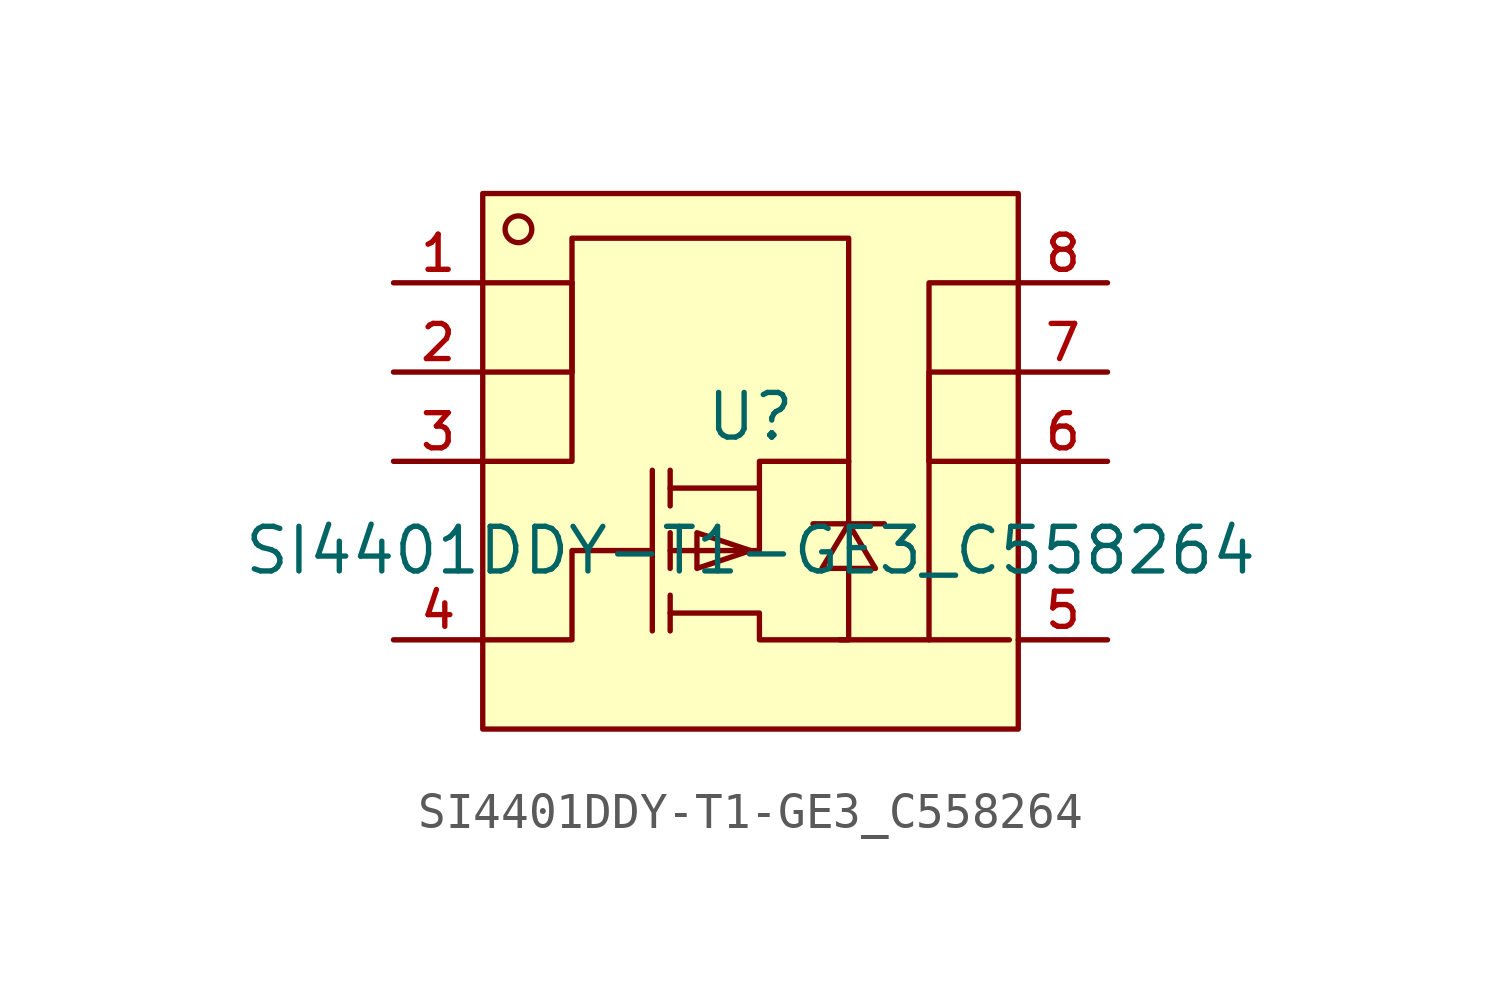
<source format=kicad_sym>
(kicad_symbol_lib
  (version 20210201)
  (generator TousstNicolas/JLC2KiCad_lib)
  (symbol "SI4401DDY-T1-GE3_C558264"
    (pin_names hide)
    (property "Reference" "U"
      (at 0 1.27 0)
      (effects (font (size 1.27 1.27))))
    (property "Value" "SI4401DDY-T1-GE3_C558264"
      (at 0 -2.54 0)
      (effects (font (size 1.27 1.27))))
    (symbol "SI4401DDY-T1-GE3_C558264_0_1"
      (polyline (pts (xy 7.62 2.54) (xy 5.08 2.54) (xy 5.08 -0.0)) (stroke (width 0) (type default) (color 0 0 0 0)) (fill (type none)))
      (polyline (pts (xy -7.62 -5.08) (xy -5.08 -5.08) (xy -5.08 -2.54) (xy -2.794 -2.54)) (stroke (width 0) (type default) (color 0 0 0 0)) (fill (type none)))
      (polyline (pts (xy -7.62 -0.0) (xy -5.08 -0.0) (xy -5.08 2.54)) (stroke (width 0) (type default) (color 0 0 0 0)) (fill (type none)))
      (polyline (pts (xy -7.62 2.54) (xy -5.08 2.54) (xy -5.08 5.08)) (stroke (width 0) (type default) (color 0 0 0 0)) (fill (type none)))
      (polyline (pts (xy -7.62 5.08) (xy -5.08 5.08) (xy -5.08 6.35) (xy 2.794 6.35) (xy 2.794 -0.0)) (stroke (width 0) (type default) (color 0 0 0 0)) (fill (type none)))
      (polyline (pts (xy 5.08 -0.0) (xy 5.08 5.08) (xy 7.62 5.08)) (stroke (width 0) (type default) (color 0 0 0 0)) (fill (type none)))
      (polyline (pts (xy 5.08 -5.08) (xy 5.08 -0.0) (xy 7.62 -0.0)) (stroke (width 0) (type default) (color 0 0 0 0)) (fill (type none)))
      (polyline (pts (xy 2.54 -5.08) (xy 7.366 -5.08)) (stroke (width 0) (type default) (color 0 0 0 0)) (fill (type none)))
      (rectangle (start -7.62 7.62) (end 7.62 -7.62) (stroke (width 0) (type default) (color 0 0 0 0)) (fill (type background)))
      (pin unspecified line (at -10.16 5.08 0) (length 2.54) (name "1" (effects (font (size 1 1)))) (number "1" (effects (font (size 1 1)))))
      (pin unspecified line (at -10.16 2.54 0) (length 2.54) (name "2" (effects (font (size 1 1)))) (number "2" (effects (font (size 1 1)))))
      (pin unspecified line (at -10.16 -0.0 0) (length 2.54) (name "3" (effects (font (size 1 1)))) (number "3" (effects (font (size 1 1)))))
      (pin unspecified line (at -10.16 -5.08 0) (length 2.54) (name "4" (effects (font (size 1 1)))) (number "4" (effects (font (size 1 1)))))
      (pin unspecified line (at 10.16 -5.08 180) (length 2.54) (name "5" (effects (font (size 1 1)))) (number "5" (effects (font (size 1 1)))))
      (pin unspecified line (at 10.16 -0.0 180) (length 2.54) (name "6" (effects (font (size 1 1)))) (number "6" (effects (font (size 1 1)))))
      (pin unspecified line (at 10.16 2.54 180) (length 2.54) (name "7" (effects (font (size 1 1)))) (number "7" (effects (font (size 1 1)))))
      (pin unspecified line (at 10.16 5.08 180) (length 2.54) (name "8" (effects (font (size 1 1)))) (number "8" (effects (font (size 1 1)))))
      (circle (center -6.604 6.604) (radius 0.381) (stroke (width 0) (type default) (color 0 0 0 0)) (fill (type background)))
      (polyline (pts (xy 0.0 -2.54) (xy -1.524 -2.032) (xy -1.524 -3.048) (xy 0.0 -2.54)) (stroke (width 0) (type default) (color 0 0 0 0)) (fill (type background)))
      (polyline (pts (xy 2.794 -1.778) (xy 2.032 -3.048) (xy 3.556 -3.048) (xy 2.794 -1.778)) (stroke (width 0) (type default) (color 0 0 0 0)) (fill (type background)))
      (polyline (pts (xy -2.286 -4.318) (xy 0.254 -4.318) (xy 0.254 -5.08) (xy 2.794 -5.08) (xy 2.794 -3.048)) (stroke (width 0) (type default) (color 0 0 0 0)) (fill (type none)))
      (polyline (pts (xy -2.286 -2.54) (xy 0.254 -2.54) (xy 0.254 -0.0) (xy 2.794 -0.0) (xy 2.794 -1.778)) (stroke (width 0) (type default) (color 0 0 0 0)) (fill (type none)))
      (polyline (pts (xy 0.254 -0.762) (xy -2.286 -0.762)) (stroke (width 0) (type default) (color 0 0 0 0)) (fill (type none)))
      (polyline (pts (xy -2.794 -4.826) (xy -2.794 -0.254)) (stroke (width 0) (type default) (color 0 0 0 0)) (fill (type none)))
      (polyline (pts (xy -2.286 -4.826) (xy -2.286 -3.81)) (stroke (width 0) (type default) (color 0 0 0 0)) (fill (type none)))
      (polyline (pts (xy -2.286 -2.032) (xy -2.286 -3.048)) (stroke (width 0) (type default) (color 0 0 0 0)) (fill (type none)))
      (polyline (pts (xy -2.286 -0.254) (xy -2.286 -1.27)) (stroke (width 0) (type default) (color 0 0 0 0)) (fill (type none)))
      (polyline (pts (xy -5.08 2.54) (xy -5.08 5.08)) (stroke (width 0) (type default) (color 0 0 0 0)) (fill (type none)))
      (polyline (pts (xy 3.81 -1.778) (xy 3.302 -1.778) (xy 2.286 -1.778) (xy 1.778 -1.778)) (stroke (width 0) (type default) (color 0 0 0 0)) (fill (type none))))))
</source>
